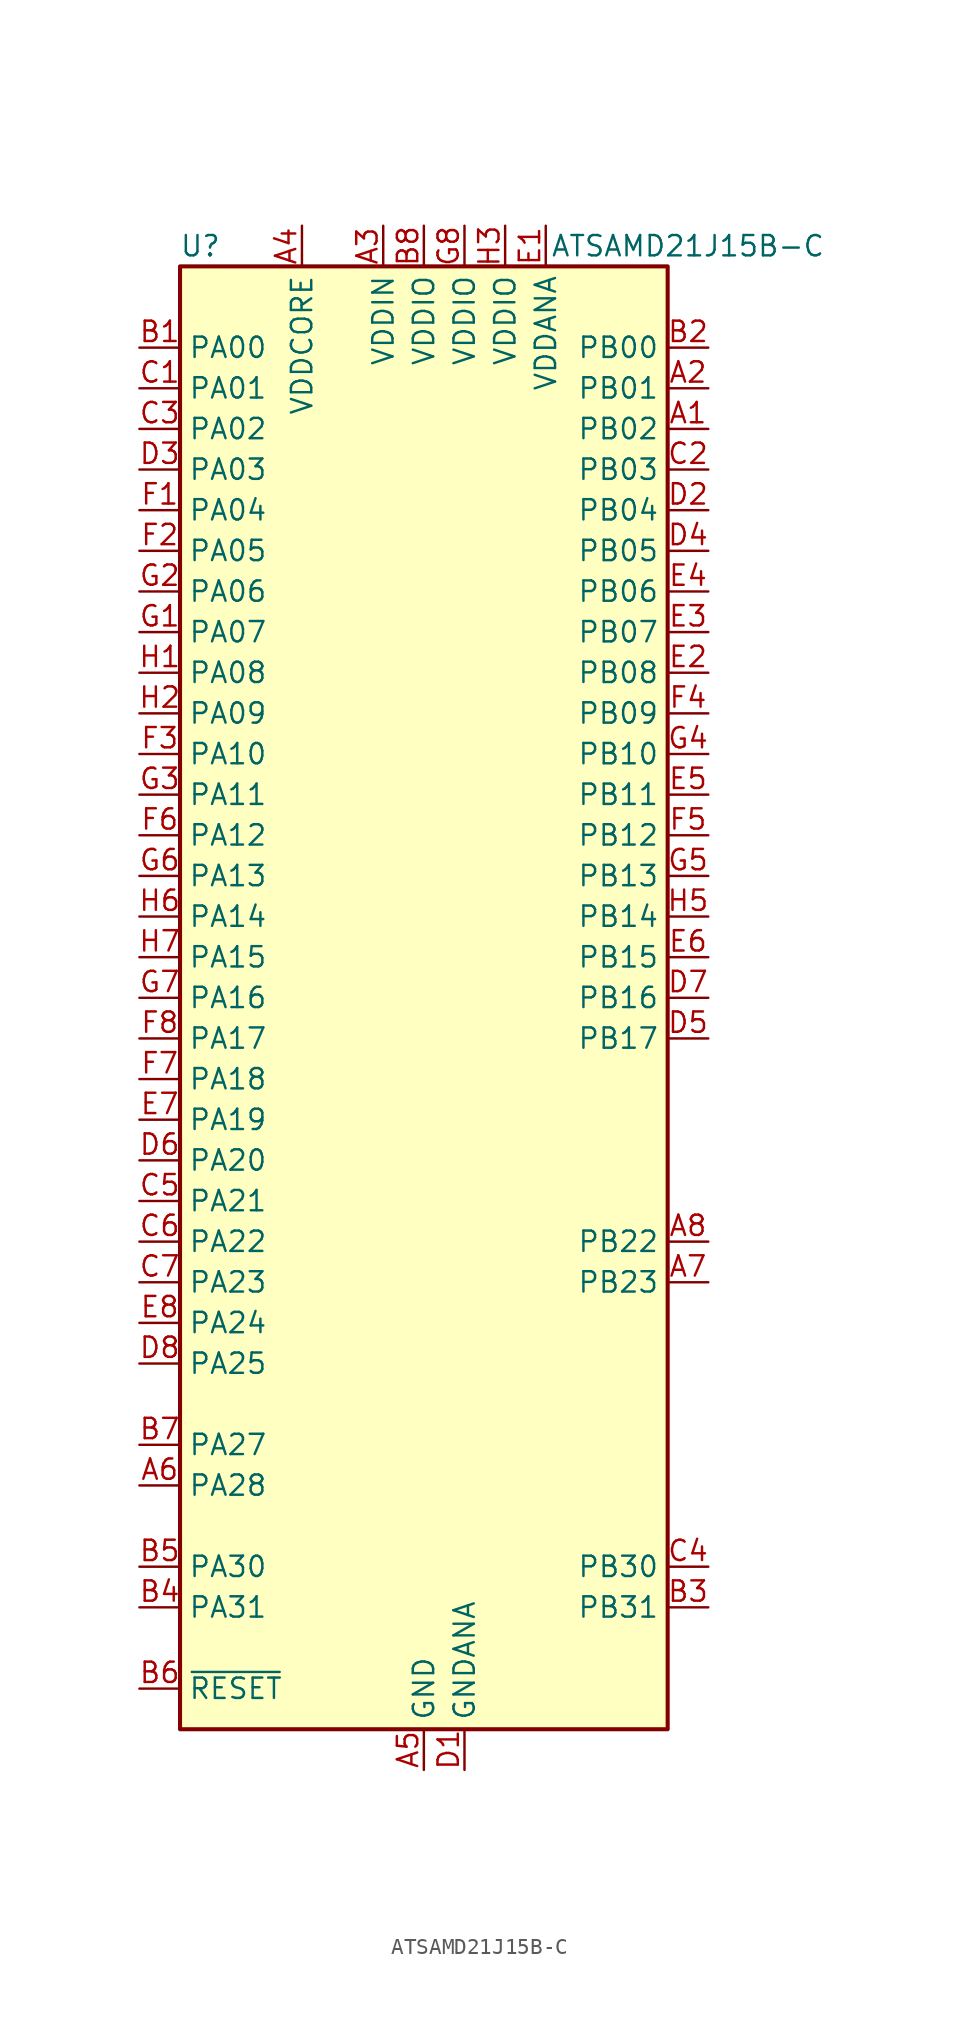
<source format=kicad_sym>
(kicad_symbol_lib
  (version 20200908)
  (generator kicad_symbol_editor)
  (symbol "MCU_Microchip_SAMD:ATSAMD21J15B-C"
    (property "Reference" "U"
      (at -13.97 46.99 0)
      (effects (font (size 1.27 1.27))))
    (property "Value" "ATSAMD21J15B-C"
      (at 16.51 46.99 0)
      (effects (font (size 1.27 1.27))))
    (symbol "ATSAMD21J15B-C_0_1"
      (rectangle (start -15.24 45.72) (end 15.24 -45.72) (stroke (width 0.254)) (fill (type background))))
    (symbol "ATSAMD21J15B-C_1_1"
      (pin bidirectional line (at 17.78 35.56 180) (length 2.54) (name "PB02" (effects (font (size 1.27 1.27)))) (number "A1" (effects (font (size 1.27 1.27)))))
      (pin bidirectional line (at 17.78 38.1 180) (length 2.54) (name "PB01" (effects (font (size 1.27 1.27)))) (number "A2" (effects (font (size 1.27 1.27)))))
      (pin power_in line (at -2.54 48.26 270) (length 2.54) (name "VDDIN" (effects (font (size 1.27 1.27)))) (number "A3" (effects (font (size 1.27 1.27)))))
      (pin power_out line (at -7.62 48.26 270) (length 2.54) (name "VDDCORE" (effects (font (size 1.27 1.27)))) (number "A4" (effects (font (size 1.27 1.27)))))
      (pin power_in line (at 0 -48.26 90) (length 2.54) (name "GND" (effects (font (size 1.27 1.27)))) (number "A5" (effects (font (size 1.27 1.27)))))
      (pin bidirectional line (at -17.78 -30.48 0) (length 2.54) (name "PA28" (effects (font (size 1.27 1.27)))) (number "A6" (effects (font (size 1.27 1.27)))))
      (pin bidirectional line (at 17.78 -17.78 180) (length 2.54) (name "PB23" (effects (font (size 1.27 1.27)))) (number "A7" (effects (font (size 1.27 1.27)))))
      (pin bidirectional line (at 17.78 -15.24 180) (length 2.54) (name "PB22" (effects (font (size 1.27 1.27)))) (number "A8" (effects (font (size 1.27 1.27)))))
      (pin bidirectional line (at -17.78 40.64 0) (length 2.54) (name "PA00" (effects (font (size 1.27 1.27)))) (number "B1" (effects (font (size 1.27 1.27)))))
      (pin bidirectional line (at 17.78 40.64 180) (length 2.54) (name "PB00" (effects (font (size 1.27 1.27)))) (number "B2" (effects (font (size 1.27 1.27)))))
      (pin bidirectional line (at 17.78 -38.1 180) (length 2.54) (name "PB31" (effects (font (size 1.27 1.27)))) (number "B3" (effects (font (size 1.27 1.27)))))
      (pin bidirectional line (at -17.78 -38.1 0) (length 2.54) (name "PA31" (effects (font (size 1.27 1.27)))) (number "B4" (effects (font (size 1.27 1.27)))))
      (pin bidirectional line (at -17.78 -35.56 0) (length 2.54) (name "PA30" (effects (font (size 1.27 1.27)))) (number "B5" (effects (font (size 1.27 1.27)))))
      (pin input line (at -17.78 -43.18 0) (length 2.54) (name "~RESET" (effects (font (size 1.27 1.27)))) (number "B6" (effects (font (size 1.27 1.27)))))
      (pin bidirectional line (at -17.78 -27.94 0) (length 2.54) (name "PA27" (effects (font (size 1.27 1.27)))) (number "B7" (effects (font (size 1.27 1.27)))))
      (pin power_in line (at 0 48.26 270) (length 2.54) (name "VDDIO" (effects (font (size 1.27 1.27)))) (number "B8" (effects (font (size 1.27 1.27)))))
      (pin bidirectional line (at -17.78 38.1 0) (length 2.54) (name "PA01" (effects (font (size 1.27 1.27)))) (number "C1" (effects (font (size 1.27 1.27)))))
      (pin bidirectional line (at 17.78 33.02 180) (length 2.54) (name "PB03" (effects (font (size 1.27 1.27)))) (number "C2" (effects (font (size 1.27 1.27)))))
      (pin bidirectional line (at -17.78 35.56 0) (length 2.54) (name "PA02" (effects (font (size 1.27 1.27)))) (number "C3" (effects (font (size 1.27 1.27)))))
      (pin bidirectional line (at 17.78 -35.56 180) (length 2.54) (name "PB30" (effects (font (size 1.27 1.27)))) (number "C4" (effects (font (size 1.27 1.27)))))
      (pin bidirectional line (at -17.78 -12.7 0) (length 2.54) (name "PA21" (effects (font (size 1.27 1.27)))) (number "C5" (effects (font (size 1.27 1.27)))))
      (pin bidirectional line (at -17.78 -15.24 0) (length 2.54) (name "PA22" (effects (font (size 1.27 1.27)))) (number "C6" (effects (font (size 1.27 1.27)))))
      (pin bidirectional line (at -17.78 -17.78 0) (length 2.54) (name "PA23" (effects (font (size 1.27 1.27)))) (number "C7" (effects (font (size 1.27 1.27)))))
      (pin passive line (at 0 -48.26 90) (length 2.54) hide (name "GND" (effects (font (size 1.27 1.27)))) (number "C8" (effects (font (size 1.27 1.27)))))
      (pin power_in line (at 2.54 -48.26 90) (length 2.54) (name "GNDANA" (effects (font (size 1.27 1.27)))) (number "D1" (effects (font (size 1.27 1.27)))))
      (pin bidirectional line (at 17.78 30.48 180) (length 2.54) (name "PB04" (effects (font (size 1.27 1.27)))) (number "D2" (effects (font (size 1.27 1.27)))))
      (pin bidirectional line (at -17.78 33.02 0) (length 2.54) (name "PA03" (effects (font (size 1.27 1.27)))) (number "D3" (effects (font (size 1.27 1.27)))))
      (pin bidirectional line (at 17.78 27.94 180) (length 2.54) (name "PB05" (effects (font (size 1.27 1.27)))) (number "D4" (effects (font (size 1.27 1.27)))))
      (pin bidirectional line (at 17.78 -2.54 180) (length 2.54) (name "PB17" (effects (font (size 1.27 1.27)))) (number "D5" (effects (font (size 1.27 1.27)))))
      (pin bidirectional line (at -17.78 -10.16 0) (length 2.54) (name "PA20" (effects (font (size 1.27 1.27)))) (number "D6" (effects (font (size 1.27 1.27)))))
      (pin bidirectional line (at 17.78 0 180) (length 2.54) (name "PB16" (effects (font (size 1.27 1.27)))) (number "D7" (effects (font (size 1.27 1.27)))))
      (pin bidirectional line (at -17.78 -22.86 0) (length 2.54) (name "PA25" (effects (font (size 1.27 1.27)))) (number "D8" (effects (font (size 1.27 1.27)))))
      (pin power_in line (at 7.62 48.26 270) (length 2.54) (name "VDDANA" (effects (font (size 1.27 1.27)))) (number "E1" (effects (font (size 1.27 1.27)))))
      (pin bidirectional line (at 17.78 20.32 180) (length 2.54) (name "PB08" (effects (font (size 1.27 1.27)))) (number "E2" (effects (font (size 1.27 1.27)))))
      (pin bidirectional line (at 17.78 22.86 180) (length 2.54) (name "PB07" (effects (font (size 1.27 1.27)))) (number "E3" (effects (font (size 1.27 1.27)))))
      (pin bidirectional line (at 17.78 25.4 180) (length 2.54) (name "PB06" (effects (font (size 1.27 1.27)))) (number "E4" (effects (font (size 1.27 1.27)))))
      (pin bidirectional line (at 17.78 12.7 180) (length 2.54) (name "PB11" (effects (font (size 1.27 1.27)))) (number "E5" (effects (font (size 1.27 1.27)))))
      (pin bidirectional line (at 17.78 2.54 180) (length 2.54) (name "PB15" (effects (font (size 1.27 1.27)))) (number "E6" (effects (font (size 1.27 1.27)))))
      (pin bidirectional line (at -17.78 -7.62 0) (length 2.54) (name "PA19" (effects (font (size 1.27 1.27)))) (number "E7" (effects (font (size 1.27 1.27)))))
      (pin bidirectional line (at -17.78 -20.32 0) (length 2.54) (name "PA24" (effects (font (size 1.27 1.27)))) (number "E8" (effects (font (size 1.27 1.27)))))
      (pin bidirectional line (at -17.78 30.48 0) (length 2.54) (name "PA04" (effects (font (size 1.27 1.27)))) (number "F1" (effects (font (size 1.27 1.27)))))
      (pin bidirectional line (at -17.78 27.94 0) (length 2.54) (name "PA05" (effects (font (size 1.27 1.27)))) (number "F2" (effects (font (size 1.27 1.27)))))
      (pin bidirectional line (at -17.78 15.24 0) (length 2.54) (name "PA10" (effects (font (size 1.27 1.27)))) (number "F3" (effects (font (size 1.27 1.27)))))
      (pin bidirectional line (at 17.78 17.78 180) (length 2.54) (name "PB09" (effects (font (size 1.27 1.27)))) (number "F4" (effects (font (size 1.27 1.27)))))
      (pin bidirectional line (at 17.78 10.16 180) (length 2.54) (name "PB12" (effects (font (size 1.27 1.27)))) (number "F5" (effects (font (size 1.27 1.27)))))
      (pin bidirectional line (at -17.78 10.16 0) (length 2.54) (name "PA12" (effects (font (size 1.27 1.27)))) (number "F6" (effects (font (size 1.27 1.27)))))
      (pin bidirectional line (at -17.78 -5.08 0) (length 2.54) (name "PA18" (effects (font (size 1.27 1.27)))) (number "F7" (effects (font (size 1.27 1.27)))))
      (pin bidirectional line (at -17.78 -2.54 0) (length 2.54) (name "PA17" (effects (font (size 1.27 1.27)))) (number "F8" (effects (font (size 1.27 1.27)))))
      (pin bidirectional line (at -17.78 22.86 0) (length 2.54) (name "PA07" (effects (font (size 1.27 1.27)))) (number "G1" (effects (font (size 1.27 1.27)))))
      (pin bidirectional line (at -17.78 25.4 0) (length 2.54) (name "PA06" (effects (font (size 1.27 1.27)))) (number "G2" (effects (font (size 1.27 1.27)))))
      (pin bidirectional line (at -17.78 12.7 0) (length 2.54) (name "PA11" (effects (font (size 1.27 1.27)))) (number "G3" (effects (font (size 1.27 1.27)))))
      (pin bidirectional line (at 17.78 15.24 180) (length 2.54) (name "PB10" (effects (font (size 1.27 1.27)))) (number "G4" (effects (font (size 1.27 1.27)))))
      (pin bidirectional line (at 17.78 7.62 180) (length 2.54) (name "PB13" (effects (font (size 1.27 1.27)))) (number "G5" (effects (font (size 1.27 1.27)))))
      (pin bidirectional line (at -17.78 7.62 0) (length 2.54) (name "PA13" (effects (font (size 1.27 1.27)))) (number "G6" (effects (font (size 1.27 1.27)))))
      (pin bidirectional line (at -17.78 0 0) (length 2.54) (name "PA16" (effects (font (size 1.27 1.27)))) (number "G7" (effects (font (size 1.27 1.27)))))
      (pin power_in line (at 2.54 48.26 270) (length 2.54) (name "VDDIO" (effects (font (size 1.27 1.27)))) (number "G8" (effects (font (size 1.27 1.27)))))
      (pin bidirectional line (at -17.78 20.32 0) (length 2.54) (name "PA08" (effects (font (size 1.27 1.27)))) (number "H1" (effects (font (size 1.27 1.27)))))
      (pin bidirectional line (at -17.78 17.78 0) (length 2.54) (name "PA09" (effects (font (size 1.27 1.27)))) (number "H2" (effects (font (size 1.27 1.27)))))
      (pin power_in line (at 5.08 48.26 270) (length 2.54) (name "VDDIO" (effects (font (size 1.27 1.27)))) (number "H3" (effects (font (size 1.27 1.27)))))
      (pin passive line (at 0 -48.26 90) (length 2.54) hide (name "GND" (effects (font (size 1.27 1.27)))) (number "H4" (effects (font (size 1.27 1.27)))))
      (pin bidirectional line (at 17.78 5.08 180) (length 2.54) (name "PB14" (effects (font (size 1.27 1.27)))) (number "H5" (effects (font (size 1.27 1.27)))))
      (pin bidirectional line (at -17.78 5.08 0) (length 2.54) (name "PA14" (effects (font (size 1.27 1.27)))) (number "H6" (effects (font (size 1.27 1.27)))))
      (pin bidirectional line (at -17.78 2.54 0) (length 2.54) (name "PA15" (effects (font (size 1.27 1.27)))) (number "H7" (effects (font (size 1.27 1.27)))))
      (pin passive line (at 0 -48.26 90) (length 2.54) hide (name "GND" (effects (font (size 1.27 1.27)))) (number "H8" (effects (font (size 1.27 1.27))))))))
</source>
